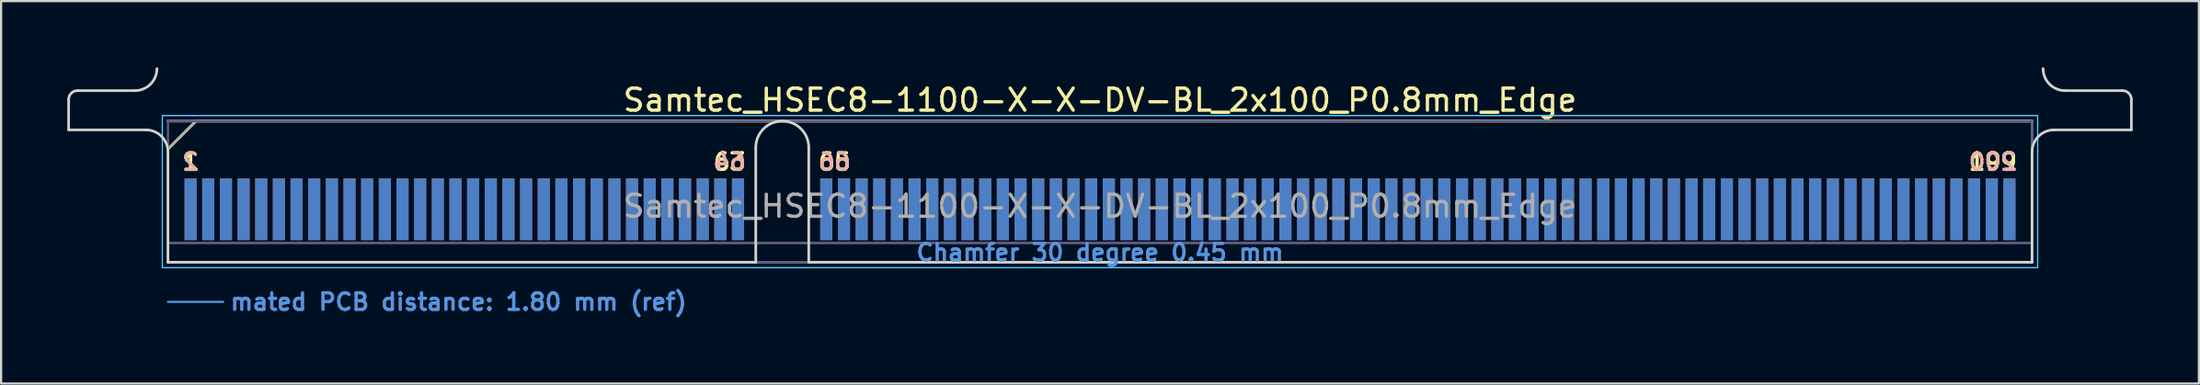
<source format=kicad_pcb>
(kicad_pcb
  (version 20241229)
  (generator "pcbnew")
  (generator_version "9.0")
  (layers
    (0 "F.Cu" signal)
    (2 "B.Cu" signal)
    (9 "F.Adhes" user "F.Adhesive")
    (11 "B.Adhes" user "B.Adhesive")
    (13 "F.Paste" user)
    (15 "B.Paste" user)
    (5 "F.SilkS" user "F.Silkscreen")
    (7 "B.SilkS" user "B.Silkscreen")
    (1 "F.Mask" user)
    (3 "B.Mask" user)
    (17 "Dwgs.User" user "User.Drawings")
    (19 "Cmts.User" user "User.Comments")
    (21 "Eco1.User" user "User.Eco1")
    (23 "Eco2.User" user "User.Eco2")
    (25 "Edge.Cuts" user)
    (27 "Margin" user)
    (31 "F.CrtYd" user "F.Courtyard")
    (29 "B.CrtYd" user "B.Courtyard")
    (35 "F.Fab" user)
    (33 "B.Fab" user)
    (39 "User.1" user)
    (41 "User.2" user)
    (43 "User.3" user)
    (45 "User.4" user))
  (footprint "Samtec_HSEC8-1100-X-X-DV-BL_2x100_P0.8mm_Edge"
    (layer "F.Cu")
    (at 46.785 8.84)
    (property "Reference" "Samtec_HSEC8-1100-X-X-DV-BL_2x100_P0.8mm_Edge" (at 0 -7.35 0) (layer "F.SilkS") (effects (font (size 1 1) (thickness 0.15))))
    (attr exclude_from_pos_files exclude_from_bom)
    (fp_line (start -42.225 -5.13) (end -40.955 -6.4) (stroke (width 0.12) (type solid)) (layer "F.SilkS"))
    (fp_line (start -40.955 -6.4) (end 42.225 -6.4) (stroke (width 0.12) (type solid)) (layer "F.SilkS"))
    (fp_line (start -42.225 -6.4) (end -42.225 -6.4) (stroke (width 0.12) (type solid)) (layer "B.SilkS"))
    (fp_line (start -42.225 -6.4) (end 42.225 -6.4) (stroke (width 0.12) (type solid)) (layer "B.SilkS"))
    (fp_line (start -42.225 1.8) (end -39.725 1.8) (stroke (width 0.1) (type solid)) (layer "Cmts.User"))
    (fp_line (start -46.725 -6) (end -46.725 -7.38) (stroke (width 0.12) (type solid)) (layer "Edge.Cuts"))
    (fp_line (start -46.325 -7.78) (end -43.725 -7.78) (stroke (width 0.12) (type solid)) (layer "Edge.Cuts"))
    (fp_line (start -43.225 -6) (end -46.725 -6) (stroke (width 0.12) (type solid)) (layer "Edge.Cuts"))
    (fp_line (start -42.225 -5) (end -42.225 0) (stroke (width 0.12) (type solid)) (layer "Edge.Cuts"))
    (fp_line (start -42.225 0) (end -15.595 0) (stroke (width 0.12) (type solid)) (layer "Edge.Cuts"))
    (fp_line (start -15.595 0) (end -15.595 -5.2) (stroke (width 0.12) (type solid)) (layer "Edge.Cuts"))
    (fp_line (start -13.195 -5.2) (end -13.195 0) (stroke (width 0.12) (type solid)) (layer "Edge.Cuts"))
    (fp_line (start -13.195 0) (end 42.225 0) (stroke (width 0.12) (type solid)) (layer "Edge.Cuts"))
    (fp_line (start 42.225 0) (end 42.225 -5) (stroke (width 0.12) (type solid)) (layer "Edge.Cuts"))
    (fp_line (start 43.225 -6) (end 46.725 -6) (stroke (width 0.12) (type solid)) (layer "Edge.Cuts"))
    (fp_line (start 46.325 -7.78) (end 43.725 -7.78) (stroke (width 0.12) (type solid)) (layer "Edge.Cuts"))
    (fp_line (start 46.725 -6) (end 46.725 -7.38) (stroke (width 0.12) (type solid)) (layer "Edge.Cuts"))
    (fp_arc (start -46.725 -7.38) (mid -46.607843 -7.662843) (end -46.325 -7.78) (stroke (width 0.12) (type solid)) (layer "Edge.Cuts"))
    (fp_arc (start -43.225 -6) (mid -42.517893 -5.707107) (end -42.225 -5) (stroke (width 0.12) (type solid)) (layer "Edge.Cuts"))
    (fp_arc (start -42.725 -8.78) (mid -43.017893 -8.072893) (end -43.725 -7.78) (stroke (width 0.12) (type solid)) (layer "Edge.Cuts"))
    (fp_arc (start -15.595 -5.2) (mid -14.395 -6.4) (end -13.195 -5.2) (stroke (width 0.12) (type solid)) (layer "Edge.Cuts"))
    (fp_arc (start 42.225 -5) (mid 42.517893 -5.707107) (end 43.225 -6) (stroke (width 0.12) (type solid)) (layer "Edge.Cuts"))
    (fp_arc (start 43.725 -7.78) (mid 43.017893 -8.072893) (end 42.725 -8.78) (stroke (width 0.12) (type solid)) (layer "Edge.Cuts"))
    (fp_arc (start 46.325 -7.78) (mid 46.607843 -7.662843) (end 46.725 -7.38) (stroke (width 0.12) (type solid)) (layer "Edge.Cuts"))
    (fp_line (start -42.48 -6.65) (end -42.48 0.25) (stroke (width 0.05) (type solid)) (layer "B.CrtYd"))
    (fp_line (start -42.48 0.25) (end 42.48 0.25) (stroke (width 0.05) (type solid)) (layer "B.CrtYd"))
    (fp_line (start 42.48 -6.65) (end -42.48 -6.65) (stroke (width 0.05) (type solid)) (layer "B.CrtYd"))
    (fp_line (start 42.48 0.25) (end 42.48 -6.65) (stroke (width 0.05) (type solid)) (layer "B.CrtYd"))
    (fp_line (start -42.48 -6.65) (end -42.48 0.25) (stroke (width 0.05) (type solid)) (layer "F.CrtYd"))
    (fp_line (start -42.48 0.25) (end 42.48 0.25) (stroke (width 0.05) (type solid)) (layer "F.CrtYd"))
    (fp_line (start 42.48 -6.65) (end -42.48 -6.65) (stroke (width 0.05) (type solid)) (layer "F.CrtYd"))
    (fp_line (start 42.48 0.25) (end 42.48 -6.65) (stroke (width 0.05) (type solid)) (layer "F.CrtYd"))
    (fp_line (start -42.225 -6.4) (end -42.225 -6.4) (stroke (width 0.1) (type solid)) (layer "B.Fab"))
    (fp_line (start -42.225 -6.4) (end -42.225 0) (stroke (width 0.1) (type solid)) (layer "B.Fab"))
    (fp_line (start -42.225 -6.4) (end 42.225 -6.4) (stroke (width 0.1) (type solid)) (layer "B.Fab"))
    (fp_line (start -42.225 -0.88) (end 42.225 -0.88) (stroke (width 0.1) (type solid)) (layer "B.Fab"))
    (fp_line (start -42.225 0) (end 42.225 0) (stroke (width 0.1) (type solid)) (layer "B.Fab"))
    (fp_line (start 42.225 -6.4) (end 42.225 0) (stroke (width 0.1) (type solid)) (layer "B.Fab"))
    (fp_line (start -42.225 -5.13) (end -42.225 0) (stroke (width 0.1) (type solid)) (layer "F.Fab"))
    (fp_line (start -42.225 -5.13) (end -40.955 -6.4) (stroke (width 0.1) (type solid)) (layer "F.Fab"))
    (fp_line (start -42.225 -0.88) (end 42.225 -0.88) (stroke (width 0.1) (type solid)) (layer "F.Fab"))
    (fp_line (start -42.225 0) (end 42.225 0) (stroke (width 0.1) (type solid)) (layer "F.Fab"))
    (fp_line (start -40.955 -6.4) (end 42.225 -6.4) (stroke (width 0.1) (type solid)) (layer "F.Fab"))
    (fp_line (start 42.225 -6.4) (end 42.225 0) (stroke (width 0.1) (type solid)) (layer "F.Fab"))
    (fp_text user "1" (at -41.2 -4.55 0) (layer "F.SilkS") (effects (font (size 0.75 0.75) (thickness 0.15))))
    (fp_text user "65" (at -12.025 -4.55 0) (layer "F.SilkS") (effects (font (size 0.75 0.75) (thickness 0.15))))
    (fp_text user "199" (at 40.45 -4.55 0) (layer "F.SilkS") (effects (font (size 0.75 0.75) (thickness 0.15))))
    (fp_text user "63" (at -16.775 -4.55 0) (layer "F.SilkS") (effects (font (size 0.75 0.75) (thickness 0.15))))
    (fp_text user "66" (at -12.025 -4.55 0) (layer "B.SilkS") (effects (font (size 0.75 0.75) (thickness 0.15)) (justify mirror)))
    (fp_text user "2" (at -41.2 -4.55 0) (layer "B.SilkS") (effects (font (size 0.75 0.75) (thickness 0.15)) (justify mirror)))
    (fp_text user "200" (at 40.45 -4.55 0) (layer "B.SilkS") (effects (font (size 0.75 0.75) (thickness 0.15)) (justify mirror)))
    (fp_text user "64" (at -16.775 -4.55 0) (layer "B.SilkS") (effects (font (size 0.75 0.75) (thickness 0.15)) (justify mirror)))
    (fp_text user "mated PCB distance: 1.80 mm (ref)" (at -39.48 1.8 0) (layer "Cmts.User") (effects (font (size 0.75 0.75) (thickness 0.15)) (justify left)))
    (fp_text user "Chamfer 30 degree 0.45 mm" (at 0 -0.44 0) (layer "Cmts.User") (effects (font (size 0.75 0.75) (thickness 0.15))))
    (fp_text user "${REFERENCE}" (at 0 -2.54 0) (layer "F.Fab") (effects (font (size 1 1) (thickness 0.15))))
    (pad "1" connect rect (at -41.2 -2.4) (size 0.55 2.8) (layers "F.Cu" "F.Mask"))
    (pad "2" connect rect (at -41.2 -2.4) (size 0.55 2.8) (layers "B.Cu" "B.Mask"))
    (pad "3" connect rect (at -40.4 -2.4) (size 0.55 2.8) (layers "F.Cu" "F.Mask"))
    (pad "4" connect rect (at -40.4 -2.4) (size 0.55 2.8) (layers "B.Cu" "B.Mask"))
    (pad "5" connect rect (at -39.6 -2.4) (size 0.55 2.8) (layers "F.Cu" "F.Mask"))
    (pad "6" connect rect (at -39.6 -2.4) (size 0.55 2.8) (layers "B.Cu" "B.Mask"))
    (pad "7" connect rect (at -38.8 -2.4) (size 0.55 2.8) (layers "F.Cu" "F.Mask"))
    (pad "8" connect rect (at -38.8 -2.4) (size 0.55 2.8) (layers "B.Cu" "B.Mask"))
    (pad "9" connect rect (at -38 -2.4) (size 0.55 2.8) (layers "F.Cu" "F.Mask"))
    (pad "10" connect rect (at -38 -2.4) (size 0.55 2.8) (layers "B.Cu" "B.Mask"))
    (pad "11" connect rect (at -37.2 -2.4) (size 0.55 2.8) (layers "F.Cu" "F.Mask"))
    (pad "12" connect rect (at -37.2 -2.4) (size 0.55 2.8) (layers "B.Cu" "B.Mask"))
    (pad "13" connect rect (at -36.4 -2.4) (size 0.55 2.8) (layers "F.Cu" "F.Mask"))
    (pad "14" connect rect (at -36.4 -2.4) (size 0.55 2.8) (layers "B.Cu" "B.Mask"))
    (pad "15" connect rect (at -35.6 -2.4) (size 0.55 2.8) (layers "F.Cu" "F.Mask"))
    (pad "16" connect rect (at -35.6 -2.4) (size 0.55 2.8) (layers "B.Cu" "B.Mask"))
    (pad "17" connect rect (at -34.8 -2.4) (size 0.55 2.8) (layers "F.Cu" "F.Mask"))
    (pad "18" connect rect (at -34.8 -2.4) (size 0.55 2.8) (layers "B.Cu" "B.Mask"))
    (pad "19" connect rect (at -34 -2.4) (size 0.55 2.8) (layers "F.Cu" "F.Mask"))
    (pad "20" connect rect (at -34 -2.4) (size 0.55 2.8) (layers "B.Cu" "B.Mask"))
    (pad "21" connect rect (at -33.2 -2.4) (size 0.55 2.8) (layers "F.Cu" "F.Mask"))
    (pad "22" connect rect (at -33.2 -2.4) (size 0.55 2.8) (layers "B.Cu" "B.Mask"))
    (pad "23" connect rect (at -32.4 -2.4) (size 0.55 2.8) (layers "F.Cu" "F.Mask"))
    (pad "24" connect rect (at -32.4 -2.4) (size 0.55 2.8) (layers "B.Cu" "B.Mask"))
    (pad "25" connect rect (at -31.6 -2.4) (size 0.55 2.8) (layers "F.Cu" "F.Mask"))
    (pad "26" connect rect (at -31.6 -2.4) (size 0.55 2.8) (layers "B.Cu" "B.Mask"))
    (pad "27" connect rect (at -30.8 -2.4) (size 0.55 2.8) (layers "F.Cu" "F.Mask"))
    (pad "28" connect rect (at -30.8 -2.4) (size 0.55 2.8) (layers "B.Cu" "B.Mask"))
    (pad "29" connect rect (at -30 -2.4) (size 0.55 2.8) (layers "F.Cu" "F.Mask"))
    (pad "30" connect rect (at -30 -2.4) (size 0.55 2.8) (layers "B.Cu" "B.Mask"))
    (pad "31" connect rect (at -29.2 -2.4) (size 0.55 2.8) (layers "F.Cu" "F.Mask"))
    (pad "32" connect rect (at -29.2 -2.4) (size 0.55 2.8) (layers "B.Cu" "B.Mask"))
    (pad "33" connect rect (at -28.4 -2.4) (size 0.55 2.8) (layers "F.Cu" "F.Mask"))
    (pad "34" connect rect (at -28.4 -2.4) (size 0.55 2.8) (layers "B.Cu" "B.Mask"))
    (pad "35" connect rect (at -27.6 -2.4) (size 0.55 2.8) (layers "F.Cu" "F.Mask"))
    (pad "36" connect rect (at -27.6 -2.4) (size 0.55 2.8) (layers "B.Cu" "B.Mask"))
    (pad "37" connect rect (at -26.8 -2.4) (size 0.55 2.8) (layers "F.Cu" "F.Mask"))
    (pad "38" connect rect (at -26.8 -2.4) (size 0.55 2.8) (layers "B.Cu" "B.Mask"))
    (pad "39" connect rect (at -26 -2.4) (size 0.55 2.8) (layers "F.Cu" "F.Mask"))
    (pad "40" connect rect (at -26 -2.4) (size 0.55 2.8) (layers "B.Cu" "B.Mask"))
    (pad "41" connect rect (at -25.2 -2.4) (size 0.55 2.8) (layers "F.Cu" "F.Mask"))
    (pad "42" connect rect (at -25.2 -2.4) (size 0.55 2.8) (layers "B.Cu" "B.Mask"))
    (pad "43" connect rect (at -24.4 -2.4) (size 0.55 2.8) (layers "F.Cu" "F.Mask"))
    (pad "44" connect rect (at -24.4 -2.4) (size 0.55 2.8) (layers "B.Cu" "B.Mask"))
    (pad "45" connect rect (at -23.6 -2.4) (size 0.55 2.8) (layers "F.Cu" "F.Mask"))
    (pad "46" connect rect (at -23.6 -2.4) (size 0.55 2.8) (layers "B.Cu" "B.Mask"))
    (pad "47" connect rect (at -22.8 -2.4) (size 0.55 2.8) (layers "F.Cu" "F.Mask"))
    (pad "48" connect rect (at -22.8 -2.4) (size 0.55 2.8) (layers "B.Cu" "B.Mask"))
    (pad "49" connect rect (at -22 -2.4) (size 0.55 2.8) (layers "F.Cu" "F.Mask"))
    (pad "50" connect rect (at -22 -2.4) (size 0.55 2.8) (layers "B.Cu" "B.Mask"))
    (pad "51" connect rect (at -21.2 -2.4) (size 0.55 2.8) (layers "F.Cu" "F.Mask"))
    (pad "52" connect rect (at -21.2 -2.4) (size 0.55 2.8) (layers "B.Cu" "B.Mask"))
    (pad "53" connect rect (at -20.4 -2.4) (size 0.55 2.8) (layers "F.Cu" "F.Mask"))
    (pad "54" connect rect (at -20.4 -2.4) (size 0.55 2.8) (layers "B.Cu" "B.Mask"))
    (pad "55" connect rect (at -19.6 -2.4) (size 0.55 2.8) (layers "F.Cu" "F.Mask"))
    (pad "56" connect rect (at -19.6 -2.4) (size 0.55 2.8) (layers "B.Cu" "B.Mask"))
    (pad "57" connect rect (at -18.8 -2.4) (size 0.55 2.8) (layers "F.Cu" "F.Mask"))
    (pad "58" connect rect (at -18.8 -2.4) (size 0.55 2.8) (layers "B.Cu" "B.Mask"))
    (pad "59" connect rect (at -18 -2.4) (size 0.55 2.8) (layers "F.Cu" "F.Mask"))
    (pad "60" connect rect (at -18 -2.4) (size 0.55 2.8) (layers "B.Cu" "B.Mask"))
    (pad "61" connect rect (at -17.2 -2.4) (size 0.55 2.8) (layers "F.Cu" "F.Mask"))
    (pad "62" connect rect (at -17.2 -2.4) (size 0.55 2.8) (layers "B.Cu" "B.Mask"))
    (pad "63" connect rect (at -16.4 -2.4) (size 0.55 2.8) (layers "F.Cu" "F.Mask"))
    (pad "64" connect rect (at -16.4 -2.4) (size 0.55 2.8) (layers "B.Cu" "B.Mask"))
    (pad "65" connect rect (at -12.4 -2.4) (size 0.55 2.8) (layers "F.Cu" "F.Mask"))
    (pad "66" connect rect (at -12.4 -2.4) (size 0.55 2.8) (layers "B.Cu" "B.Mask"))
    (pad "67" connect rect (at -11.6 -2.4) (size 0.55 2.8) (layers "F.Cu" "F.Mask"))
    (pad "68" connect rect (at -11.6 -2.4) (size 0.55 2.8) (layers "B.Cu" "B.Mask"))
    (pad "69" connect rect (at -10.8 -2.4) (size 0.55 2.8) (layers "F.Cu" "F.Mask"))
    (pad "70" connect rect (at -10.8 -2.4) (size 0.55 2.8) (layers "B.Cu" "B.Mask"))
    (pad "71" connect rect (at -10 -2.4) (size 0.55 2.8) (layers "F.Cu" "F.Mask"))
    (pad "72" connect rect (at -10 -2.4) (size 0.55 2.8) (layers "B.Cu" "B.Mask"))
    (pad "73" connect rect (at -9.2 -2.4) (size 0.55 2.8) (layers "F.Cu" "F.Mask"))
    (pad "74" connect rect (at -9.2 -2.4) (size 0.55 2.8) (layers "B.Cu" "B.Mask"))
    (pad "75" connect rect (at -8.4 -2.4) (size 0.55 2.8) (layers "F.Cu" "F.Mask"))
    (pad "76" connect rect (at -8.4 -2.4) (size 0.55 2.8) (layers "B.Cu" "B.Mask"))
    (pad "77" connect rect (at -7.6 -2.4) (size 0.55 2.8) (layers "F.Cu" "F.Mask"))
    (pad "78" connect rect (at -7.6 -2.4) (size 0.55 2.8) (layers "B.Cu" "B.Mask"))
    (pad "79" connect rect (at -6.8 -2.4) (size 0.55 2.8) (layers "F.Cu" "F.Mask"))
    (pad "80" connect rect (at -6.8 -2.4) (size 0.55 2.8) (layers "B.Cu" "B.Mask"))
    (pad "81" connect rect (at -6 -2.4) (size 0.55 2.8) (layers "F.Cu" "F.Mask"))
    (pad "82" connect rect (at -6 -2.4) (size 0.55 2.8) (layers "B.Cu" "B.Mask"))
    (pad "83" connect rect (at -5.2 -2.4) (size 0.55 2.8) (layers "F.Cu" "F.Mask"))
    (pad "84" connect rect (at -5.2 -2.4) (size 0.55 2.8) (layers "B.Cu" "B.Mask"))
    (pad "85" connect rect (at -4.4 -2.4) (size 0.55 2.8) (layers "F.Cu" "F.Mask"))
    (pad "86" connect rect (at -4.4 -2.4) (size 0.55 2.8) (layers "B.Cu" "B.Mask"))
    (pad "87" connect rect (at -3.6 -2.4) (size 0.55 2.8) (layers "F.Cu" "F.Mask"))
    (pad "88" connect rect (at -3.6 -2.4) (size 0.55 2.8) (layers "B.Cu" "B.Mask"))
    (pad "89" connect rect (at -2.8 -2.4) (size 0.55 2.8) (layers "F.Cu" "F.Mask"))
    (pad "90" connect rect (at -2.8 -2.4) (size 0.55 2.8) (layers "B.Cu" "B.Mask"))
    (pad "91" connect rect (at -2 -2.4) (size 0.55 2.8) (layers "F.Cu" "F.Mask"))
    (pad "92" connect rect (at -2 -2.4) (size 0.55 2.8) (layers "B.Cu" "B.Mask"))
    (pad "93" connect rect (at -1.2 -2.4) (size 0.55 2.8) (layers "F.Cu" "F.Mask"))
    (pad "94" connect rect (at -1.2 -2.4) (size 0.55 2.8) (layers "B.Cu" "B.Mask"))
    (pad "95" connect rect (at -0.4 -2.4) (size 0.55 2.8) (layers "F.Cu" "F.Mask"))
    (pad "96" connect rect (at -0.4 -2.4) (size 0.55 2.8) (layers "B.Cu" "B.Mask"))
    (pad "97" connect rect (at 0.4 -2.4) (size 0.55 2.8) (layers "F.Cu" "F.Mask"))
    (pad "98" connect rect (at 0.4 -2.4) (size 0.55 2.8) (layers "B.Cu" "B.Mask"))
    (pad "99" connect rect (at 1.2 -2.4) (size 0.55 2.8) (layers "F.Cu" "F.Mask"))
    (pad "100" connect rect (at 1.2 -2.4) (size 0.55 2.8) (layers "B.Cu" "B.Mask"))
    (pad "101" connect rect (at 2 -2.4) (size 0.55 2.8) (layers "F.Cu" "F.Mask"))
    (pad "102" connect rect (at 2 -2.4) (size 0.55 2.8) (layers "B.Cu" "B.Mask"))
    (pad "103" connect rect (at 2.8 -2.4) (size 0.55 2.8) (layers "F.Cu" "F.Mask"))
    (pad "104" connect rect (at 2.8 -2.4) (size 0.55 2.8) (layers "B.Cu" "B.Mask"))
    (pad "105" connect rect (at 3.6 -2.4) (size 0.55 2.8) (layers "F.Cu" "F.Mask"))
    (pad "106" connect rect (at 3.6 -2.4) (size 0.55 2.8) (layers "B.Cu" "B.Mask"))
    (pad "107" connect rect (at 4.4 -2.4) (size 0.55 2.8) (layers "F.Cu" "F.Mask"))
    (pad "108" connect rect (at 4.4 -2.4) (size 0.55 2.8) (layers "B.Cu" "B.Mask"))
    (pad "109" connect rect (at 5.2 -2.4) (size 0.55 2.8) (layers "F.Cu" "F.Mask"))
    (pad "110" connect rect (at 5.2 -2.4) (size 0.55 2.8) (layers "B.Cu" "B.Mask"))
    (pad "111" connect rect (at 6 -2.4) (size 0.55 2.8) (layers "F.Cu" "F.Mask"))
    (pad "112" connect rect (at 6 -2.4) (size 0.55 2.8) (layers "B.Cu" "B.Mask"))
    (pad "113" connect rect (at 6.8 -2.4) (size 0.55 2.8) (layers "F.Cu" "F.Mask"))
    (pad "114" connect rect (at 6.8 -2.4) (size 0.55 2.8) (layers "B.Cu" "B.Mask"))
    (pad "115" connect rect (at 7.6 -2.4) (size 0.55 2.8) (layers "F.Cu" "F.Mask"))
    (pad "116" connect rect (at 7.6 -2.4) (size 0.55 2.8) (layers "B.Cu" "B.Mask"))
    (pad "117" connect rect (at 8.4 -2.4) (size 0.55 2.8) (layers "F.Cu" "F.Mask"))
    (pad "118" connect rect (at 8.4 -2.4) (size 0.55 2.8) (layers "B.Cu" "B.Mask"))
    (pad "119" connect rect (at 9.2 -2.4) (size 0.55 2.8) (layers "F.Cu" "F.Mask"))
    (pad "120" connect rect (at 9.2 -2.4) (size 0.55 2.8) (layers "B.Cu" "B.Mask"))
    (pad "121" connect rect (at 10 -2.4) (size 0.55 2.8) (layers "F.Cu" "F.Mask"))
    (pad "122" connect rect (at 10 -2.4) (size 0.55 2.8) (layers "B.Cu" "B.Mask"))
    (pad "123" connect rect (at 10.8 -2.4) (size 0.55 2.8) (layers "F.Cu" "F.Mask"))
    (pad "124" connect rect (at 10.8 -2.4) (size 0.55 2.8) (layers "B.Cu" "B.Mask"))
    (pad "125" connect rect (at 11.6 -2.4) (size 0.55 2.8) (layers "F.Cu" "F.Mask"))
    (pad "126" connect rect (at 11.6 -2.4) (size 0.55 2.8) (layers "B.Cu" "B.Mask"))
    (pad "127" connect rect (at 12.4 -2.4) (size 0.55 2.8) (layers "F.Cu" "F.Mask"))
    (pad "128" connect rect (at 12.4 -2.4) (size 0.55 2.8) (layers "B.Cu" "B.Mask"))
    (pad "129" connect rect (at 13.2 -2.4) (size 0.55 2.8) (layers "F.Cu" "F.Mask"))
    (pad "130" connect rect (at 13.2 -2.4) (size 0.55 2.8) (layers "B.Cu" "B.Mask"))
    (pad "131" connect rect (at 14 -2.4) (size 0.55 2.8) (layers "F.Cu" "F.Mask"))
    (pad "132" connect rect (at 14 -2.4) (size 0.55 2.8) (layers "B.Cu" "B.Mask"))
    (pad "133" connect rect (at 14.8 -2.4) (size 0.55 2.8) (layers "F.Cu" "F.Mask"))
    (pad "134" connect rect (at 14.8 -2.4) (size 0.55 2.8) (layers "B.Cu" "B.Mask"))
    (pad "135" connect rect (at 15.6 -2.4) (size 0.55 2.8) (layers "F.Cu" "F.Mask"))
    (pad "136" connect rect (at 15.6 -2.4) (size 0.55 2.8) (layers "B.Cu" "B.Mask"))
    (pad "137" connect rect (at 16.4 -2.4) (size 0.55 2.8) (layers "F.Cu" "F.Mask"))
    (pad "138" connect rect (at 16.4 -2.4) (size 0.55 2.8) (layers "B.Cu" "B.Mask"))
    (pad "139" connect rect (at 17.2 -2.4) (size 0.55 2.8) (layers "F.Cu" "F.Mask"))
    (pad "140" connect rect (at 17.2 -2.4) (size 0.55 2.8) (layers "B.Cu" "B.Mask"))
    (pad "141" connect rect (at 18 -2.4) (size 0.55 2.8) (layers "F.Cu" "F.Mask"))
    (pad "142" connect rect (at 18 -2.4) (size 0.55 2.8) (layers "B.Cu" "B.Mask"))
    (pad "143" connect rect (at 18.8 -2.4) (size 0.55 2.8) (layers "F.Cu" "F.Mask"))
    (pad "144" connect rect (at 18.8 -2.4) (size 0.55 2.8) (layers "B.Cu" "B.Mask"))
    (pad "145" connect rect (at 19.6 -2.4) (size 0.55 2.8) (layers "F.Cu" "F.Mask"))
    (pad "146" connect rect (at 19.6 -2.4) (size 0.55 2.8) (layers "B.Cu" "B.Mask"))
    (pad "147" connect rect (at 20.4 -2.4) (size 0.55 2.8) (layers "F.Cu" "F.Mask"))
    (pad "148" connect rect (at 20.4 -2.4) (size 0.55 2.8) (layers "B.Cu" "B.Mask"))
    (pad "149" connect rect (at 21.2 -2.4) (size 0.55 2.8) (layers "F.Cu" "F.Mask"))
    (pad "150" connect rect (at 21.2 -2.4) (size 0.55 2.8) (layers "B.Cu" "B.Mask"))
    (pad "151" connect rect (at 22 -2.4) (size 0.55 2.8) (layers "F.Cu" "F.Mask"))
    (pad "152" connect rect (at 22 -2.4) (size 0.55 2.8) (layers "B.Cu" "B.Mask"))
    (pad "153" connect rect (at 22.8 -2.4) (size 0.55 2.8) (layers "F.Cu" "F.Mask"))
    (pad "154" connect rect (at 22.8 -2.4) (size 0.55 2.8) (layers "B.Cu" "B.Mask"))
    (pad "155" connect rect (at 23.6 -2.4) (size 0.55 2.8) (layers "F.Cu" "F.Mask"))
    (pad "156" connect rect (at 23.6 -2.4) (size 0.55 2.8) (layers "B.Cu" "B.Mask"))
    (pad "157" connect rect (at 24.4 -2.4) (size 0.55 2.8) (layers "F.Cu" "F.Mask"))
    (pad "158" connect rect (at 24.4 -2.4) (size 0.55 2.8) (layers "B.Cu" "B.Mask"))
    (pad "159" connect rect (at 25.2 -2.4) (size 0.55 2.8) (layers "F.Cu" "F.Mask"))
    (pad "160" connect rect (at 25.2 -2.4) (size 0.55 2.8) (layers "B.Cu" "B.Mask"))
    (pad "161" connect rect (at 26 -2.4) (size 0.55 2.8) (layers "F.Cu" "F.Mask"))
    (pad "162" connect rect (at 26 -2.4) (size 0.55 2.8) (layers "B.Cu" "B.Mask"))
    (pad "163" connect rect (at 26.8 -2.4) (size 0.55 2.8) (layers "F.Cu" "F.Mask"))
    (pad "164" connect rect (at 26.8 -2.4) (size 0.55 2.8) (layers "B.Cu" "B.Mask"))
    (pad "165" connect rect (at 27.6 -2.4) (size 0.55 2.8) (layers "F.Cu" "F.Mask"))
    (pad "166" connect rect (at 27.6 -2.4) (size 0.55 2.8) (layers "B.Cu" "B.Mask"))
    (pad "167" connect rect (at 28.4 -2.4) (size 0.55 2.8) (layers "F.Cu" "F.Mask"))
    (pad "168" connect rect (at 28.4 -2.4) (size 0.55 2.8) (layers "B.Cu" "B.Mask"))
    (pad "169" connect rect (at 29.2 -2.4) (size 0.55 2.8) (layers "F.Cu" "F.Mask"))
    (pad "170" connect rect (at 29.2 -2.4) (size 0.55 2.8) (layers "B.Cu" "B.Mask"))
    (pad "171" connect rect (at 30 -2.4) (size 0.55 2.8) (layers "F.Cu" "F.Mask"))
    (pad "172" connect rect (at 30 -2.4) (size 0.55 2.8) (layers "B.Cu" "B.Mask"))
    (pad "173" connect rect (at 30.8 -2.4) (size 0.55 2.8) (layers "F.Cu" "F.Mask"))
    (pad "174" connect rect (at 30.8 -2.4) (size 0.55 2.8) (layers "B.Cu" "B.Mask"))
    (pad "175" connect rect (at 31.6 -2.4) (size 0.55 2.8) (layers "F.Cu" "F.Mask"))
    (pad "176" connect rect (at 31.6 -2.4) (size 0.55 2.8) (layers "B.Cu" "B.Mask"))
    (pad "177" connect rect (at 32.4 -2.4) (size 0.55 2.8) (layers "F.Cu" "F.Mask"))
    (pad "178" connect rect (at 32.4 -2.4) (size 0.55 2.8) (layers "B.Cu" "B.Mask"))
    (pad "179" connect rect (at 33.2 -2.4) (size 0.55 2.8) (layers "F.Cu" "F.Mask"))
    (pad "180" connect rect (at 33.2 -2.4) (size 0.55 2.8) (layers "B.Cu" "B.Mask"))
    (pad "181" connect rect (at 34 -2.4) (size 0.55 2.8) (layers "F.Cu" "F.Mask"))
    (pad "182" connect rect (at 34 -2.4) (size 0.55 2.8) (layers "B.Cu" "B.Mask"))
    (pad "183" connect rect (at 34.8 -2.4) (size 0.55 2.8) (layers "F.Cu" "F.Mask"))
    (pad "184" connect rect (at 34.8 -2.4) (size 0.55 2.8) (layers "B.Cu" "B.Mask"))
    (pad "185" connect rect (at 35.6 -2.4) (size 0.55 2.8) (layers "F.Cu" "F.Mask"))
    (pad "186" connect rect (at 35.6 -2.4) (size 0.55 2.8) (layers "B.Cu" "B.Mask"))
    (pad "187" connect rect (at 36.4 -2.4) (size 0.55 2.8) (layers "F.Cu" "F.Mask"))
    (pad "188" connect rect (at 36.4 -2.4) (size 0.55 2.8) (layers "B.Cu" "B.Mask"))
    (pad "189" connect rect (at 37.2 -2.4) (size 0.55 2.8) (layers "F.Cu" "F.Mask"))
    (pad "190" connect rect (at 37.2 -2.4) (size 0.55 2.8) (layers "B.Cu" "B.Mask"))
    (pad "191" connect rect (at 38 -2.4) (size 0.55 2.8) (layers "F.Cu" "F.Mask"))
    (pad "192" connect rect (at 38 -2.4) (size 0.55 2.8) (layers "B.Cu" "B.Mask"))
    (pad "193" connect rect (at 38.8 -2.4) (size 0.55 2.8) (layers "F.Cu" "F.Mask"))
    (pad "194" connect rect (at 38.8 -2.4) (size 0.55 2.8) (layers "B.Cu" "B.Mask"))
    (pad "195" connect rect (at 39.6 -2.4) (size 0.55 2.8) (layers "F.Cu" "F.Mask"))
    (pad "196" connect rect (at 39.6 -2.4) (size 0.55 2.8) (layers "B.Cu" "B.Mask"))
    (pad "197" connect rect (at 40.4 -2.4) (size 0.55 2.8) (layers "F.Cu" "F.Mask"))
    (pad "198" connect rect (at 40.4 -2.4) (size 0.55 2.8) (layers "B.Cu" "B.Mask"))
    (pad "199" connect rect (at 41.2 -2.4) (size 0.55 2.8) (layers "F.Cu" "F.Mask"))
    (pad "200" connect rect (at 41.2 -2.4) (size 0.55 2.8) (layers "B.Cu" "B.Mask")))
  (gr_rect
    (start -3 -3)
    (end 96.57 14.342)
    (stroke (width 0.1) (type default))
    (fill no)
    (layer "Edge.Cuts")))
</source>
